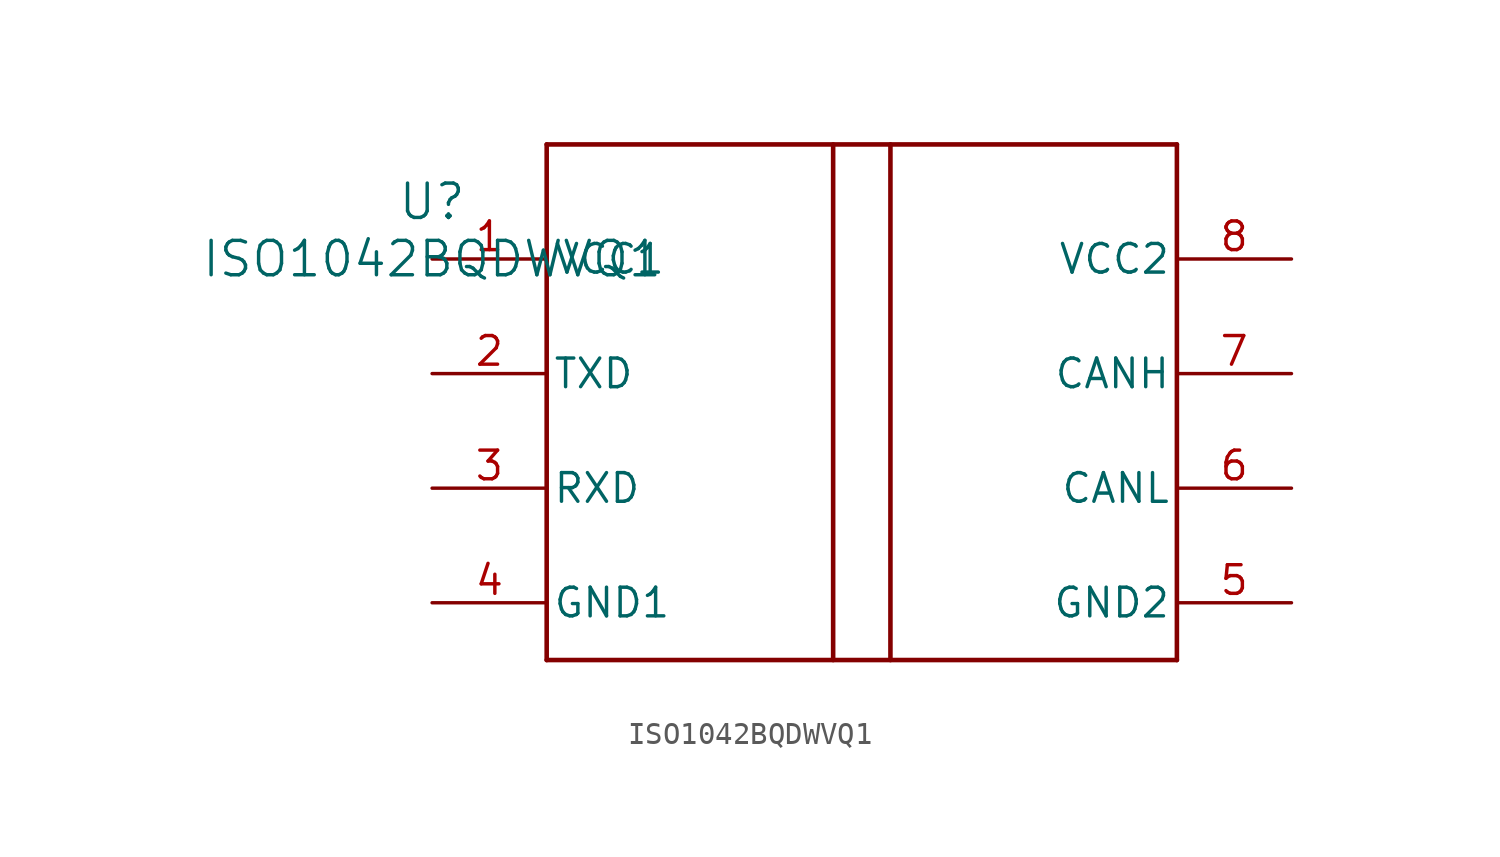
<source format=kicad_sym>
(kicad_symbol_lib
  (version 20211014)
  (generator kicad_symbol_editor)
  (symbol "ISO1042BQDWVQ1"
    (pin_names
      (offset 0.254))
    (property "Reference" "U"
      (at 0 2.54 0)
      (effects (font (size 1.524 1.524))))
    (property "Value" "ISO1042BQDWVQ1"
      (at 0 0 0)
      (effects (font (size 1.524 1.524))))
    (symbol "ISO1042BQDWVQ1_0_1"
      (polyline (pts (xy 5.08 -17.78) (xy 33.02 -17.78)) (stroke (width 0.203) (type default) (color 0 0 0 0)) (fill (type none)))
      (polyline (pts (xy 33.02 -17.78) (xy 33.02 5.08)) (stroke (width 0.203) (type default) (color 0 0 0 0)) (fill (type none)))
      (polyline (pts (xy 33.02 5.08) (xy 5.08 5.08)) (stroke (width 0.203) (type default) (color 0 0 0 0)) (fill (type none)))
      (polyline (pts (xy 5.08 5.08) (xy 5.08 -17.78)) (stroke (width 0.203) (type default) (color 0 0 0 0)) (fill (type none)))
      (polyline (pts (xy 17.78 5.08) (xy 17.78 -17.78)) (stroke (width 0.203) (type default) (color 0 0 0 0)) (fill (type none)))
      (polyline (pts (xy 20.32 5.08) (xy 20.32 -17.78)) (stroke (width 0.203) (type default) (color 0 0 0 0)) (fill (type none)))
      (pin power_in line (at 0 0 0) (length 5.08) (name "VCC1" (effects (font (size 1.27 1.27)))) (number "1" (effects (font (size 1.27 1.27)))))
      (pin input line (at 0 -5.08 0) (length 5.08) (name "TXD" (effects (font (size 1.27 1.27)))) (number "2" (effects (font (size 1.27 1.27)))))
      (pin output line (at 0 -10.16 0) (length 5.08) (name "RXD" (effects (font (size 1.27 1.27)))) (number "3" (effects (font (size 1.27 1.27)))))
      (pin power_in line (at 0 -15.24 0) (length 5.08) (name "GND1" (effects (font (size 1.27 1.27)))) (number "4" (effects (font (size 1.27 1.27)))))
      (pin power_in line (at 38.1 -15.24 180) (length 5.08) (name "GND2" (effects (font (size 1.27 1.27)))) (number "5" (effects (font (size 1.27 1.27)))))
      (pin bidirectional line (at 38.1 -10.16 180) (length 5.08) (name "CANL" (effects (font (size 1.27 1.27)))) (number "6" (effects (font (size 1.27 1.27)))))
      (pin bidirectional line (at 38.1 -5.08 180) (length 5.08) (name "CANH" (effects (font (size 1.27 1.27)))) (number "7" (effects (font (size 1.27 1.27)))))
      (pin power_in line (at 38.1 0 180) (length 5.08) (name "VCC2" (effects (font (size 1.27 1.27)))) (number "8" (effects (font (size 1.27 1.27))))))))
</source>
